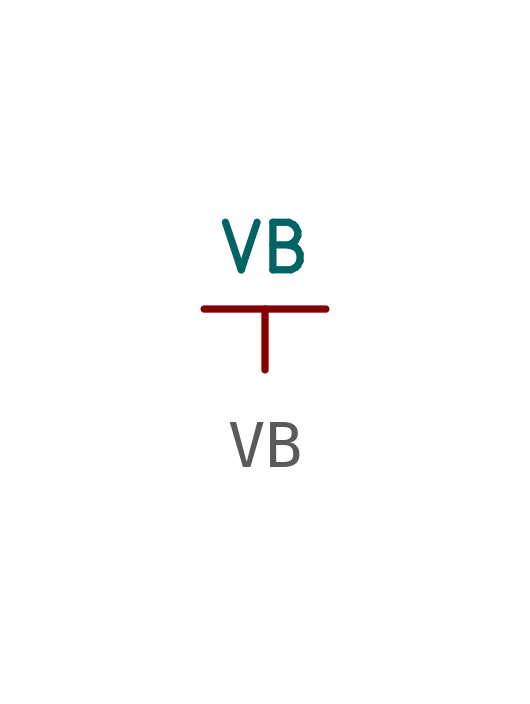
<source format=kicad_sym>
(kicad_symbol_lib
  (version 20220914)
  (generator kicad_symbol_editor)
  (symbol "VB"
    (power)
    (pin_numbers hide)
    (pin_names
      (offset 0) hide)
    (property "Reference" "#PWR"
      (at 0 -2.54 0)
      (effects (font (size 1.524 1.524)) hide))
    (property "Value" "VB"
      (at 0 1.27 0)
      (effects (font (size 0.991 0.991))))
    (property "Footprint" ""
      (at 0 0 0)
      (effects (font (size 1.524 1.524))))
    (property "Datasheet" ""
      (at 0 0 0)
      (effects (font (size 1.524 1.524))))
    (symbol "VB_0_1"
      (polyline (pts (xy -1.27 0) (xy 1.27 0)) (stroke (width 0) (type default)) (fill (type none))))
    (symbol "VB_1_1"
      (pin power_in line (at 0 -1.27 90) (length 1.27) (name "VB" (effects (font (size 1.27 1.27)))) (number "1" (effects (font (size 1.27 1.27))))))))
</source>
